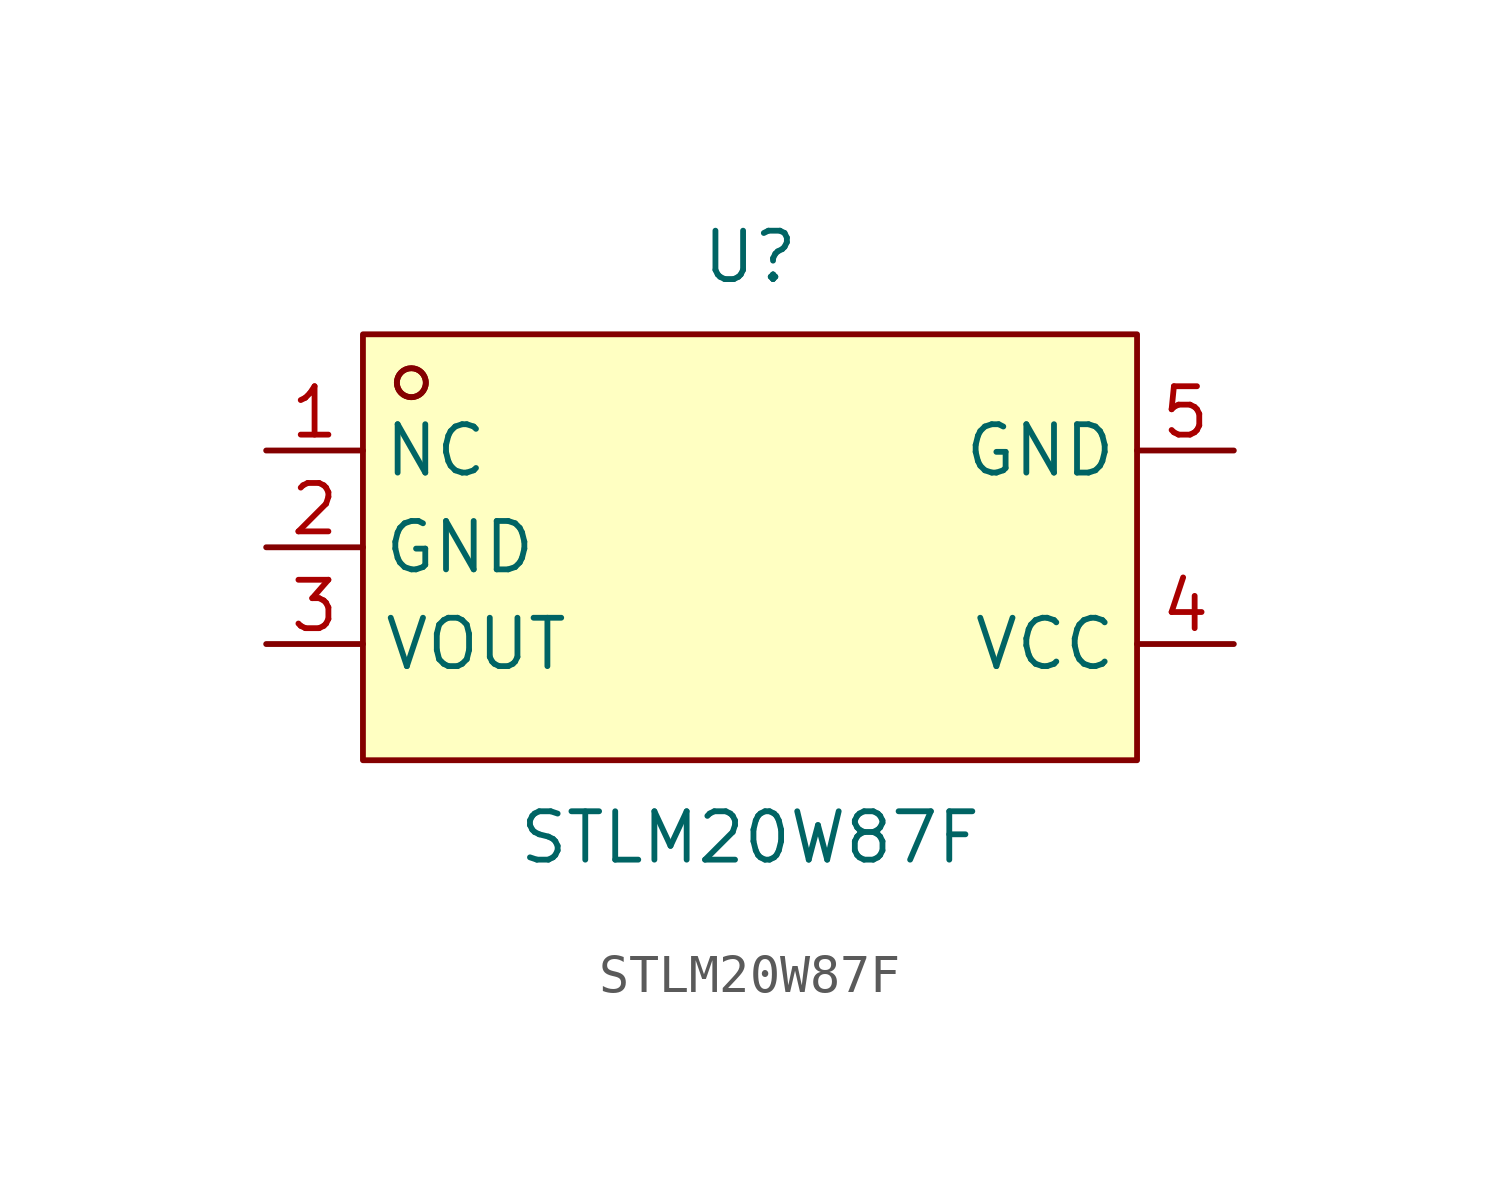
<source format=kicad_sym>
(kicad_symbol_lib
  (version 20211014)
  (generator https://github.com/uPesy/easyeda2kicad.py)
  (symbol "STLM20W87F"
    (property "Reference" "U"
      (at 0 7.62 0)
      (effects (font (size 1.27 1.27))))
    (property "Value" "STLM20W87F"
      (at 0 -7.62 0)
      (effects (font (size 1.27 1.27))))
    (symbol "STLM20W87F_0_1"
      (rectangle (start -10.16 5.59) (end 10.16 -5.59) (stroke (width 0) (type default) (color 0 0 0 0)) (fill (type background)))
      (circle (center -8.89 4.32) (radius 0.38) (stroke (width 0) (type default) (color 0 0 0 0)) (fill (type none)))
      (circle (center -8.89 4.32) (radius 0.38) (stroke (width 0) (type default) (color 0 0 0 0)) (fill (type none)))
      (pin unspecified line (at -12.70 2.54 0) (length 2.54) (name "NC" (effects (font (size 1.27 1.27)))) (number "1" (effects (font (size 1.27 1.27)))))
      (pin unspecified line (at -12.70 -0.00 0) (length 2.54) (name "GND" (effects (font (size 1.27 1.27)))) (number "2" (effects (font (size 1.27 1.27)))))
      (pin unspecified line (at -12.70 -2.54 0) (length 2.54) (name "VOUT" (effects (font (size 1.27 1.27)))) (number "3" (effects (font (size 1.27 1.27)))))
      (pin unspecified line (at 12.70 -2.54 180) (length 2.54) (name "VCC" (effects (font (size 1.27 1.27)))) (number "4" (effects (font (size 1.27 1.27)))))
      (pin unspecified line (at 12.70 2.54 180) (length 2.54) (name "GND" (effects (font (size 1.27 1.27)))) (number "5" (effects (font (size 1.27 1.27))))))))
</source>
